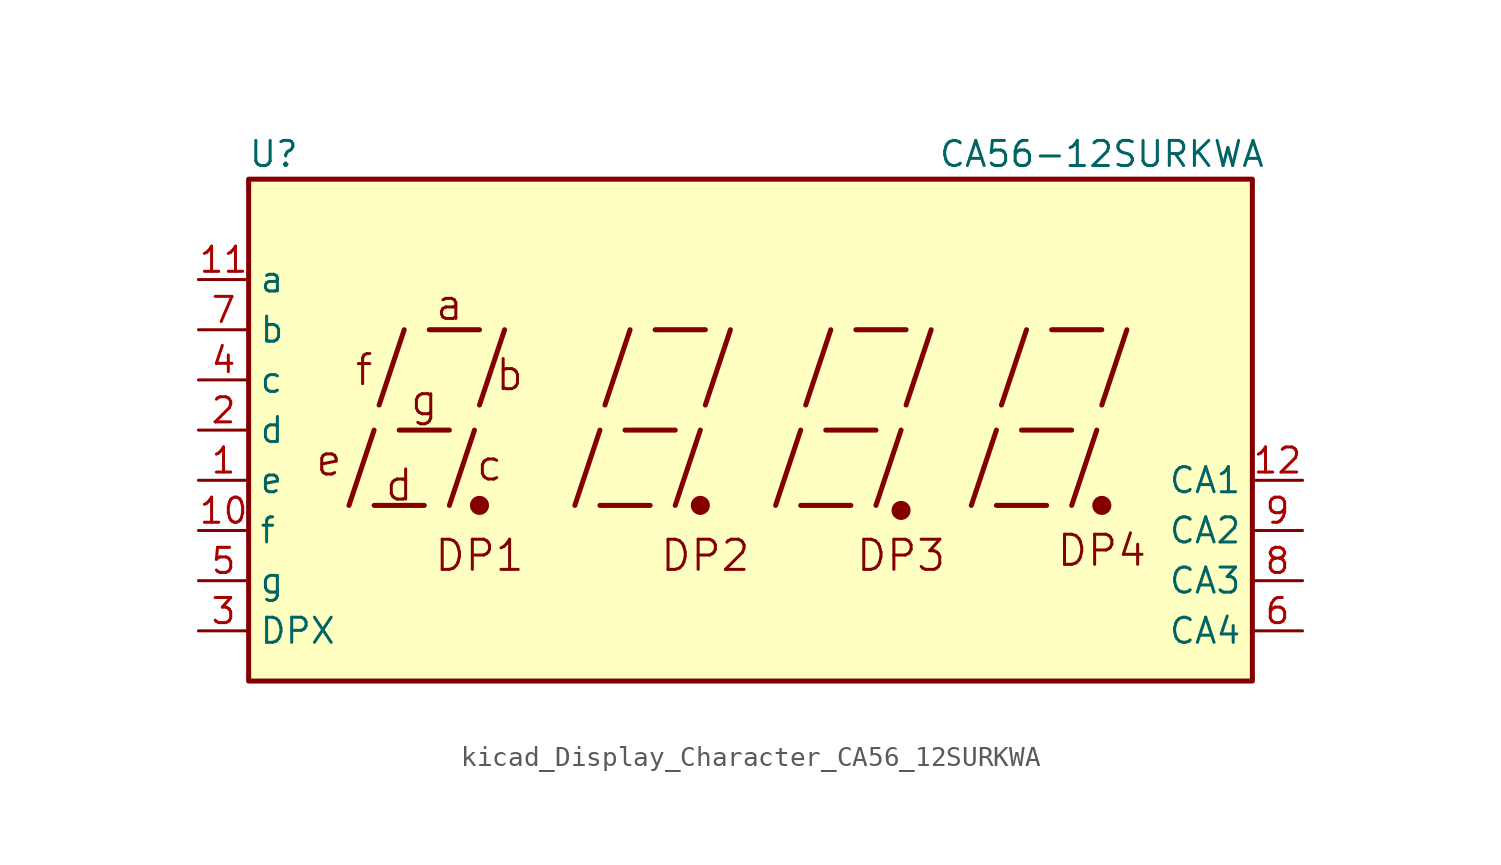
<source format=kicad_sym>
(kicad_symbol_lib
  (version 20220914)
  (generator kicad_symbol_editor)
  (symbol "kicad_Display_Character_CA56_12SURKWA"
    (property "Reference" "U"
      (at -24.13 13.97 0)
      (effects (font (size 1.27 1.27))))
    (property "Value" "CA56-12SURKWA"
      (at 17.78 13.97 0)
      (effects (font (size 1.27 1.27))))
    (symbol "kicad_Display_Character_CA56_12SURKWA_0_0"
      (rectangle (start -25.4 12.7) (end 25.4 -12.7) (stroke (width 0.254) (type default)) (fill (type background)))
      (polyline (pts (xy -20.32 -3.81) (xy -19.05 0)) (stroke (width 0.254) (type default)) (fill (type none)))
      (polyline (pts (xy -19.05 -3.81) (xy -16.51 -3.81)) (stroke (width 0.254) (type default)) (fill (type none)))
      (polyline (pts (xy -18.796 1.27) (xy -17.526 5.08)) (stroke (width 0.254) (type default)) (fill (type none)))
      (polyline (pts (xy -17.78 0) (xy -15.24 0)) (stroke (width 0.254) (type default)) (fill (type none)))
      (polyline (pts (xy -16.256 5.08) (xy -13.716 5.08)) (stroke (width 0.254) (type default)) (fill (type none)))
      (polyline (pts (xy -15.24 -3.81) (xy -13.97 0)) (stroke (width 0.254) (type default)) (fill (type none)))
      (polyline (pts (xy -13.716 1.27) (xy -12.446 5.08)) (stroke (width 0.254) (type default)) (fill (type none)))
      (polyline (pts (xy -8.89 -3.81) (xy -7.62 0)) (stroke (width 0.254) (type default)) (fill (type none)))
      (polyline (pts (xy -7.62 -3.81) (xy -5.08 -3.81)) (stroke (width 0.254) (type default)) (fill (type none)))
      (polyline (pts (xy -7.366 1.27) (xy -6.096 5.08)) (stroke (width 0.254) (type default)) (fill (type none)))
      (polyline (pts (xy -6.35 0) (xy -3.81 0)) (stroke (width 0.254) (type default)) (fill (type none)))
      (polyline (pts (xy -4.826 5.08) (xy -2.286 5.08)) (stroke (width 0.254) (type default)) (fill (type none)))
      (polyline (pts (xy -3.81 -3.81) (xy -2.54 0)) (stroke (width 0.254) (type default)) (fill (type none)))
      (polyline (pts (xy -2.286 1.27) (xy -1.016 5.08)) (stroke (width 0.254) (type default)) (fill (type none)))
      (polyline (pts (xy 1.27 -3.81) (xy 2.54 0)) (stroke (width 0.254) (type default)) (fill (type none)))
      (polyline (pts (xy 2.54 -3.81) (xy 5.08 -3.81)) (stroke (width 0.254) (type default)) (fill (type none)))
      (polyline (pts (xy 2.794 1.27) (xy 4.064 5.08)) (stroke (width 0.254) (type default)) (fill (type none)))
      (polyline (pts (xy 3.81 0) (xy 6.35 0)) (stroke (width 0.254) (type default)) (fill (type none)))
      (polyline (pts (xy 5.334 5.08) (xy 7.874 5.08)) (stroke (width 0.254) (type default)) (fill (type none)))
      (polyline (pts (xy 6.35 -3.81) (xy 7.62 0)) (stroke (width 0.254) (type default)) (fill (type none)))
      (polyline (pts (xy 7.874 1.27) (xy 9.144 5.08)) (stroke (width 0.254) (type default)) (fill (type none)))
      (polyline (pts (xy 11.176 -3.81) (xy 12.446 0)) (stroke (width 0.254) (type default)) (fill (type none)))
      (polyline (pts (xy 12.446 -3.81) (xy 14.986 -3.81)) (stroke (width 0.254) (type default)) (fill (type none)))
      (polyline (pts (xy 12.7 1.27) (xy 13.97 5.08)) (stroke (width 0.254) (type default)) (fill (type none)))
      (polyline (pts (xy 13.716 0) (xy 16.256 0)) (stroke (width 0.254) (type default)) (fill (type none)))
      (polyline (pts (xy 15.24 5.08) (xy 17.78 5.08)) (stroke (width 0.254) (type default)) (fill (type none)))
      (polyline (pts (xy 16.256 -3.81) (xy 17.526 0)) (stroke (width 0.254) (type default)) (fill (type none)))
      (polyline (pts (xy 17.78 1.27) (xy 19.05 5.08)) (stroke (width 0.254) (type default)) (fill (type none)))
      (text "a" (at -15.24 6.35 0) (effects (font (size 1.524 1.524))))
      (text "b" (at -12.192 2.794 0) (effects (font (size 1.524 1.524))))
      (text "c" (at -13.208 -1.778 0) (effects (font (size 1.524 1.524))))
      (text "d" (at -17.78 -2.794 0) (effects (font (size 1.524 1.524))))
      (text "DP1" (at -13.716 -6.35 0) (effects (font (size 1.524 1.524))))
      (text "DP2" (at -2.286 -6.35 0) (effects (font (size 1.524 1.524))))
      (text "DP3" (at 7.62 -6.35 0) (effects (font (size 1.524 1.524))))
      (text "DP4" (at 17.78 -6.096 0) (effects (font (size 1.524 1.524))))
      (text "e" (at -21.336 -1.524 0) (effects (font (size 1.524 1.524))))
      (text "f" (at -19.558 3.048 0) (effects (font (size 1.524 1.524))))
      (text "g" (at -16.51 1.524 0) (effects (font (size 1.524 1.524)))))
    (symbol "kicad_Display_Character_CA56_12SURKWA_0_1"
      (circle (center -13.716 -3.81) (radius 0.356) (stroke (width 0.254) (type default)) (fill (type outline)))
      (circle (center -2.54 -3.81) (radius 0.356) (stroke (width 0.254) (type default)) (fill (type outline))))
    (symbol "kicad_Display_Character_CA56_12SURKWA_1_0"
      (circle (center 7.62 -4.064) (radius 0.356) (stroke (width 0.254) (type default)) (fill (type outline)))
      (circle (center 17.78 -3.81) (radius 0.356) (stroke (width 0.254) (type default)) (fill (type outline))))
    (symbol "kicad_Display_Character_CA56_12SURKWA_1_1"
      (pin input line (at -27.94 -2.54 0) (length 2.54) (name "e" (effects (font (size 1.27 1.27)))) (number "1" (effects (font (size 1.27 1.27)))))
      (pin input line (at -27.94 -5.08 0) (length 2.54) (name "f" (effects (font (size 1.27 1.27)))) (number "10" (effects (font (size 1.27 1.27)))))
      (pin input line (at -27.94 7.62 0) (length 2.54) (name "a" (effects (font (size 1.27 1.27)))) (number "11" (effects (font (size 1.27 1.27)))))
      (pin input line (at 27.94 -2.54 180) (length 2.54) (name "CA1" (effects (font (size 1.27 1.27)))) (number "12" (effects (font (size 1.27 1.27)))))
      (pin input line (at -27.94 0 0) (length 2.54) (name "d" (effects (font (size 1.27 1.27)))) (number "2" (effects (font (size 1.27 1.27)))))
      (pin input line (at -27.94 -10.16 0) (length 2.54) (name "DPX" (effects (font (size 1.27 1.27)))) (number "3" (effects (font (size 1.27 1.27)))))
      (pin input line (at -27.94 2.54 0) (length 2.54) (name "c" (effects (font (size 1.27 1.27)))) (number "4" (effects (font (size 1.27 1.27)))))
      (pin input line (at -27.94 -7.62 0) (length 2.54) (name "g" (effects (font (size 1.27 1.27)))) (number "5" (effects (font (size 1.27 1.27)))))
      (pin input line (at 27.94 -10.16 180) (length 2.54) (name "CA4" (effects (font (size 1.27 1.27)))) (number "6" (effects (font (size 1.27 1.27)))))
      (pin input line (at -27.94 5.08 0) (length 2.54) (name "b" (effects (font (size 1.27 1.27)))) (number "7" (effects (font (size 1.27 1.27)))))
      (pin input line (at 27.94 -7.62 180) (length 2.54) (name "CA3" (effects (font (size 1.27 1.27)))) (number "8" (effects (font (size 1.27 1.27)))))
      (pin input line (at 27.94 -5.08 180) (length 2.54) (name "CA2" (effects (font (size 1.27 1.27)))) (number "9" (effects (font (size 1.27 1.27))))))))
</source>
